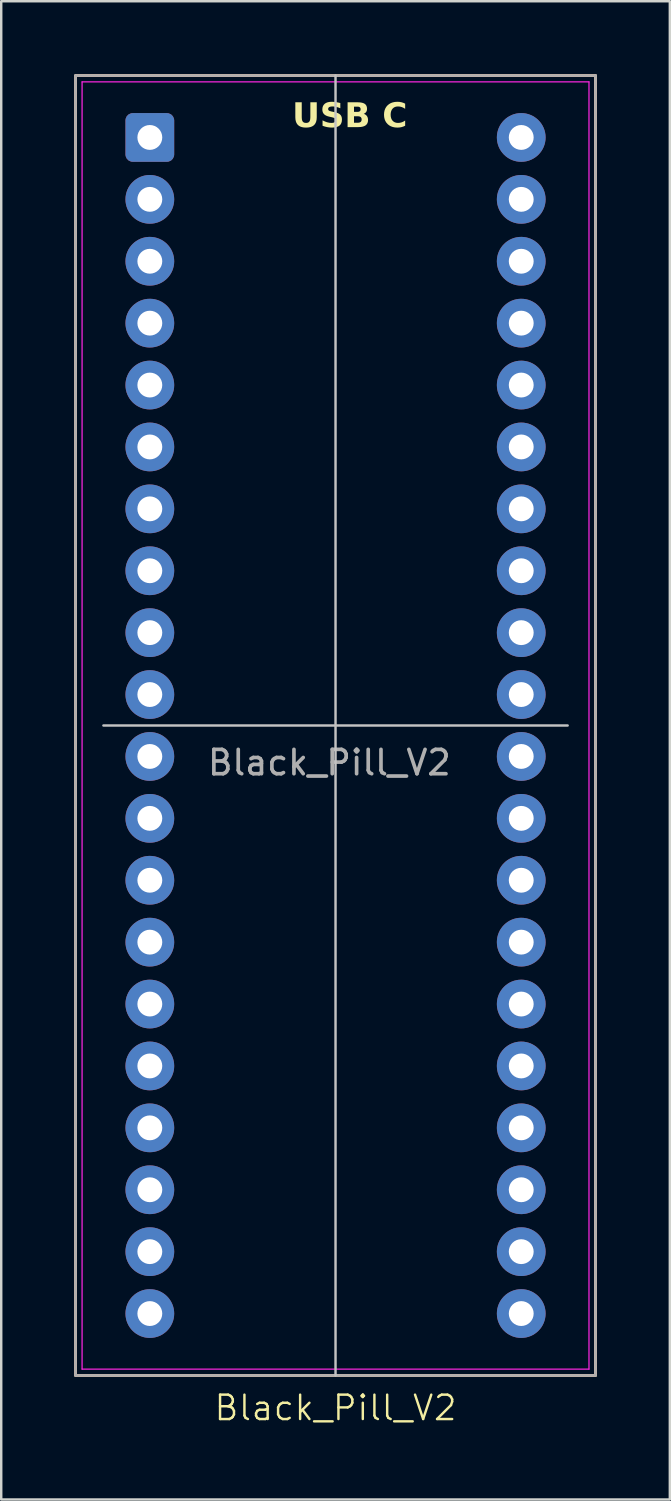
<source format=kicad_pcb>
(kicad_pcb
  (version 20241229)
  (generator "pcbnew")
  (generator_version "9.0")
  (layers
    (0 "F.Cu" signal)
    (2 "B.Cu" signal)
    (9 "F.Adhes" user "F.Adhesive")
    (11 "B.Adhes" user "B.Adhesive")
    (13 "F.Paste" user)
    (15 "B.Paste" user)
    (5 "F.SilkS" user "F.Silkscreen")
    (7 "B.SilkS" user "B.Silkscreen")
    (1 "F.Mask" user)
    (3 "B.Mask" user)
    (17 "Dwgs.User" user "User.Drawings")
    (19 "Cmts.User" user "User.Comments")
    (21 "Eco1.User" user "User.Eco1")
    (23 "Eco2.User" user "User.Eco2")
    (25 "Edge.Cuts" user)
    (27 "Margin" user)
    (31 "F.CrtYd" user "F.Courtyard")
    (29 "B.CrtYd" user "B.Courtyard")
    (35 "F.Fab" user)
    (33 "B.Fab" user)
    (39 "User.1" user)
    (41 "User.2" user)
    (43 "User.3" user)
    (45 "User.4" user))
  (footprint "Black_Pill_V2"
    (layer "F.Cu")
    (at 10.718 26.72)
    (property "Reference" "Black_Pill_V2" (at 0 28 0) (unlocked yes) (layer "F.SilkS") (effects (font (size 1 1) (thickness 0.1))))
    (attr through_hole)
    (fp_line (start -10.668 -26.67) (end 10.668 -26.67) (stroke (width 0.1) (type default)) (layer "F.SilkS"))
    (fp_line (start -10.668 26.67) (end -10.668 -26.67) (stroke (width 0.1) (type default)) (layer "F.SilkS"))
    (fp_line (start 10.668 -26.67) (end 10.668 26.67) (stroke (width 0.1) (type default)) (layer "F.SilkS"))
    (fp_line (start 10.668 26.67) (end -10.668 26.67) (stroke (width 0.1) (type default)) (layer "F.SilkS"))
    (fp_line (start -10.668 -26.67) (end 10.668 -26.67) (stroke (width 0.1) (type default)) (layer "B.SilkS"))
    (fp_line (start -10.668 26.67) (end -10.668 -26.67) (stroke (width 0.1) (type default)) (layer "B.SilkS"))
    (fp_line (start 10.668 -26.67) (end 10.668 26.67) (stroke (width 0.1) (type default)) (layer "B.SilkS"))
    (fp_line (start 10.668 26.67) (end -10.668 26.67) (stroke (width 0.1) (type default)) (layer "B.SilkS"))
    (fp_line (start -9.525 0) (end 9.525 0) (stroke (width 0.1) (type default)) (layer "Dwgs.User"))
    (fp_line (start 0 26.67) (end 0 -26.67) (stroke (width 0.1) (type default)) (layer "Dwgs.User"))
    (fp_line (start -10.4 -26.41) (end 10.4 -26.41) (stroke (width 0.05) (type default)) (layer "F.CrtYd"))
    (fp_line (start -10.4 26.41) (end -10.4 -26.41) (stroke (width 0.05) (type default)) (layer "F.CrtYd"))
    (fp_line (start 10.4 -26.41) (end 10.4 26.41) (stroke (width 0.05) (type default)) (layer "F.CrtYd"))
    (fp_line (start 10.4 26.41) (end -10.4 26.41) (stroke (width 0.05) (type default)) (layer "F.CrtYd"))
    (fp_line (start -10.668 -26.67) (end 10.668 -26.67) (stroke (width 0.1) (type default)) (layer "F.Fab"))
    (fp_line (start -10.668 26.67) (end -10.668 -26.67) (stroke (width 0.1) (type default)) (layer "F.Fab"))
    (fp_line (start 10.668 -26.67) (end 10.668 26.67) (stroke (width 0.1) (type default)) (layer "F.Fab"))
    (fp_line (start 10.668 26.67) (end -10.668 26.67) (stroke (width 0.1) (type default)) (layer "F.Fab"))
    (fp_text user "USB C" (at -1.778 -24.384 0) (unlocked yes) (layer "F.SilkS") (effects (font (face "Arial Black") (size 1 1) (thickness 0.1)) (justify left bottom)))
    (fp_text user "${REFERENCE}" (at -0.254 1.524 0) (unlocked yes) (layer "F.Fab") (effects (font (size 1 1) (thickness 0.15))))
    (pad "1" thru_hole roundrect (at -7.62 -24.13) (size 2 2) (drill 1.02) (layers "*.Cu" "*.Mask") (roundrect_rratio 0.15))
    (pad "2" thru_hole circle (at 7.62 -24.13) (size 2 2) (drill 1.02) (layers "*.Cu" "*.Mask"))
    (pad "3" thru_hole circle (at -7.62 -21.59) (size 2 2) (drill 1.02) (layers "*.Cu" "*.Mask"))
    (pad "4" thru_hole circle (at 7.62 -21.59) (size 2 2) (drill 1.02) (layers "*.Cu" "*.Mask"))
    (pad "5" thru_hole circle (at -7.62 -19.05) (size 2 2) (drill 1.02) (layers "*.Cu" "*.Mask"))
    (pad "6" thru_hole circle (at 7.62 -19.05) (size 2 2) (drill 1.02) (layers "*.Cu" "*.Mask"))
    (pad "7" thru_hole circle (at -7.62 -16.51) (size 2 2) (drill 1.02) (layers "*.Cu" "*.Mask"))
    (pad "8" thru_hole circle (at 7.62 -16.51) (size 2 2) (drill 1.02) (layers "*.Cu" "*.Mask"))
    (pad "9" thru_hole circle (at -7.62 -13.97) (size 2 2) (drill 1.02) (layers "*.Cu" "*.Mask"))
    (pad "10" thru_hole circle (at 7.62 -13.97) (size 2 2) (drill 1.02) (layers "*.Cu" "*.Mask"))
    (pad "11" thru_hole circle (at -7.62 -11.43) (size 2 2) (drill 1.02) (layers "*.Cu" "*.Mask"))
    (pad "12" thru_hole circle (at 7.62 -11.43) (size 2 2) (drill 1.02) (layers "*.Cu" "*.Mask"))
    (pad "13" thru_hole circle (at -7.62 -8.89) (size 2 2) (drill 1.02) (layers "*.Cu" "*.Mask"))
    (pad "14" thru_hole circle (at 7.62 -8.89) (size 2 2) (drill 1.02) (layers "*.Cu" "*.Mask"))
    (pad "15" thru_hole circle (at -7.62 -6.35) (size 2 2) (drill 1.02) (layers "*.Cu" "*.Mask"))
    (pad "16" thru_hole circle (at 7.62 -6.35) (size 2 2) (drill 1.02) (layers "*.Cu" "*.Mask"))
    (pad "17" thru_hole circle (at -7.62 -3.81) (size 2 2) (drill 1.02) (layers "*.Cu" "*.Mask"))
    (pad "18" thru_hole circle (at 7.62 -3.81) (size 2 2) (drill 1.02) (layers "*.Cu" "*.Mask"))
    (pad "19" thru_hole circle (at -7.62 -1.27) (size 2 2) (drill 1.02) (layers "*.Cu" "*.Mask"))
    (pad "20" thru_hole circle (at 7.62 -1.27) (size 2 2) (drill 1.02) (layers "*.Cu" "*.Mask"))
    (pad "21" thru_hole circle (at -7.62 1.27) (size 2 2) (drill 1.02) (layers "*.Cu" "*.Mask"))
    (pad "22" thru_hole circle (at 7.62 1.27) (size 2 2) (drill 1.02) (layers "*.Cu" "*.Mask"))
    (pad "23" thru_hole circle (at -7.62 3.81) (size 2 2) (drill 1.02) (layers "*.Cu" "*.Mask"))
    (pad "24" thru_hole circle (at 7.62 3.81) (size 2 2) (drill 1.02) (layers "*.Cu" "*.Mask"))
    (pad "25" thru_hole circle (at -7.62 6.35) (size 2 2) (drill 1.02) (layers "*.Cu" "*.Mask"))
    (pad "26" thru_hole circle (at 7.62 6.35) (size 2 2) (drill 1.02) (layers "*.Cu" "*.Mask"))
    (pad "27" thru_hole circle (at -7.62 8.89) (size 2 2) (drill 1.02) (layers "*.Cu" "*.Mask"))
    (pad "28" thru_hole circle (at 7.62 8.89) (size 2 2) (drill 1.02) (layers "*.Cu" "*.Mask"))
    (pad "29" thru_hole circle (at -7.62 11.43) (size 2 2) (drill 1.02) (layers "*.Cu" "*.Mask"))
    (pad "30" thru_hole circle (at 7.62 11.43) (size 2 2) (drill 1.02) (layers "*.Cu" "*.Mask"))
    (pad "31" thru_hole circle (at -7.62 13.97) (size 2 2) (drill 1.02) (layers "*.Cu" "*.Mask"))
    (pad "32" thru_hole circle (at 7.62 13.97) (size 2 2) (drill 1.02) (layers "*.Cu" "*.Mask"))
    (pad "33" thru_hole circle (at -7.62 16.51) (size 2 2) (drill 1.02) (layers "*.Cu" "*.Mask"))
    (pad "34" thru_hole circle (at 7.62 16.51) (size 2 2) (drill 1.02) (layers "*.Cu" "*.Mask"))
    (pad "35" thru_hole circle (at -7.62 19.05) (size 2 2) (drill 1.02) (layers "*.Cu" "*.Mask"))
    (pad "36" thru_hole circle (at 7.62 19.05) (size 2 2) (drill 1.02) (layers "*.Cu" "*.Mask"))
    (pad "37" thru_hole circle (at -7.62 21.59) (size 2 2) (drill 1.02) (layers "*.Cu" "*.Mask"))
    (pad "38" thru_hole circle (at 7.62 21.59) (size 2 2) (drill 1.02) (layers "*.Cu" "*.Mask"))
    (pad "39" thru_hole circle (at -7.62 24.13) (size 2 2) (drill 1.02) (layers "*.Cu" "*.Mask"))
    (pad "40" thru_hole circle (at 7.62 24.13) (size 2 2) (drill 1.02) (layers "*.Cu" "*.Mask")))
  (gr_rect
    (start -3 -3)
    (end 24.436 58.48)
    (stroke (width 0.1) (type default))
    (fill no)
    (layer "Edge.Cuts")))
</source>
